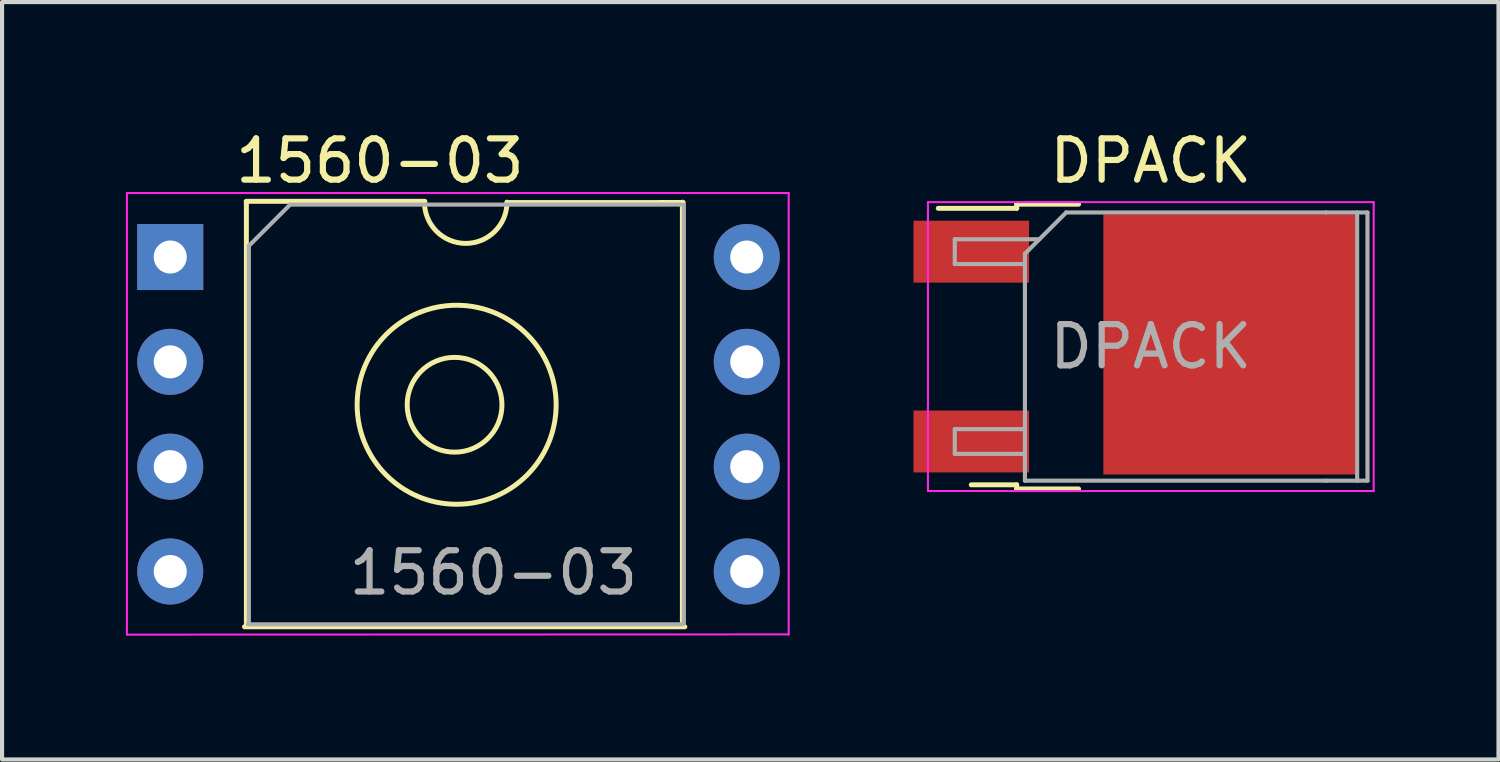
<source format=kicad_pcb>
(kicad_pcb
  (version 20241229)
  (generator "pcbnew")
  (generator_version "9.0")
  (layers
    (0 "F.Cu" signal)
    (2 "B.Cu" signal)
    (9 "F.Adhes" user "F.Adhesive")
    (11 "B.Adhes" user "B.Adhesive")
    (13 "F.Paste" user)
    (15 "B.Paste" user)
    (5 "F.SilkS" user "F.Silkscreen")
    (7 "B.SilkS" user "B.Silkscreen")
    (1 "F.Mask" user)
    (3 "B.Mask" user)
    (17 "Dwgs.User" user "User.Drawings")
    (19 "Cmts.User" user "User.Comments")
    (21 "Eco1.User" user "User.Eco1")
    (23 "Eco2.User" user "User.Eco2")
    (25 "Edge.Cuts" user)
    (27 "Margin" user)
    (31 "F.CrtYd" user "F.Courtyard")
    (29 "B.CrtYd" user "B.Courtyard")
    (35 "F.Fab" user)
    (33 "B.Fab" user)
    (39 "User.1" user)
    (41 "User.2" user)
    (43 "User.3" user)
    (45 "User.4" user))
  (footprint "DPACK"
    (layer "F.Cu")
    (at 24.836 5.348)
    (property "Reference" "DPACK" (at 0 -4.5 0) (layer "F.SilkS") (effects (font (size 1 1) (thickness 0.15))))
    (attr smd)
    (fp_line (start -3.25 -3.45) (end -3.25 -3.35) (stroke (width 0.12) (type solid)) (layer "F.SilkS"))
    (fp_line (start -3.25 -3.35) (end -5.15 -3.35) (stroke (width 0.12) (type solid)) (layer "F.SilkS"))
    (fp_line (start -3.25 3.35) (end -4.35 3.35) (stroke (width 0.12) (type solid)) (layer "F.SilkS"))
    (fp_line (start -3.25 3.45) (end -3.25 3.35) (stroke (width 0.12) (type solid)) (layer "F.SilkS"))
    (fp_line (start -1.75 -3.45) (end -3.25 -3.45) (stroke (width 0.12) (type solid)) (layer "F.SilkS"))
    (fp_line (start -1.75 3.45) (end -3.25 3.45) (stroke (width 0.12) (type solid)) (layer "F.SilkS"))
    (fp_line (start -5.4 -3.5) (end -5.4 3.5) (stroke (width 0.05) (type solid)) (layer "F.CrtYd"))
    (fp_line (start -5.4 3.5) (end 5.4 3.5) (stroke (width 0.05) (type solid)) (layer "F.CrtYd"))
    (fp_line (start 5.4 -3.5) (end -5.4 -3.5) (stroke (width 0.05) (type solid)) (layer "F.CrtYd"))
    (fp_line (start 5.4 3.5) (end 5.4 -3.5) (stroke (width 0.05) (type solid)) (layer "F.CrtYd"))
    (fp_line (start -4.75 -2.6) (end -4.75 -2) (stroke (width 0.1) (type solid)) (layer "F.Fab"))
    (fp_line (start -4.75 -2) (end -3.05 -2) (stroke (width 0.1) (type solid)) (layer "F.Fab"))
    (fp_line (start -4.75 2) (end -4.75 2.6) (stroke (width 0.1) (type solid)) (layer "F.Fab"))
    (fp_line (start -4.75 2.6) (end -3.05 2.6) (stroke (width 0.1) (type solid)) (layer "F.Fab"))
    (fp_line (start -3.05 -2.25) (end -2.05 -3.25) (stroke (width 0.1) (type solid)) (layer "F.Fab"))
    (fp_line (start -3.05 2) (end -4.75 2) (stroke (width 0.1) (type solid)) (layer "F.Fab"))
    (fp_line (start -3.05 3.25) (end -3.05 -2.25) (stroke (width 0.1) (type solid)) (layer "F.Fab"))
    (fp_line (start -2.7 -2.6) (end -4.75 -2.6) (stroke (width 0.1) (type solid)) (layer "F.Fab"))
    (fp_line (start -2.05 -3.25) (end 4.25 -3.25) (stroke (width 0.1) (type solid)) (layer "F.Fab"))
    (fp_line (start 4.25 -3.25) (end 5.25 -3.25) (stroke (width 0.1) (type solid)) (layer "F.Fab"))
    (fp_line (start 4.25 3.25) (end -3.05 3.25) (stroke (width 0.1) (type solid)) (layer "F.Fab"))
    (fp_line (start 5 -3.25) (end 5 3.25) (stroke (width 0.1) (type solid)) (layer "F.Fab"))
    (fp_line (start 5.25 -3.25) (end 5.25 3.25) (stroke (width 0.1) (type solid)) (layer "F.Fab"))
    (fp_line (start 5.25 3.25) (end 4.25 3.25) (stroke (width 0.1) (type solid)) (layer "F.Fab"))
    (fp_text user "${REFERENCE}" (at 0 0 0) (layer "F.Fab") (effects (font (size 1 1) (thickness 0.15))))
    (pad "1" smd rect (at -4.35 -2.3) (size 2.8 1.5) (layers "F.Cu" "F.Mask" "F.Paste"))
    (pad "2" smd rect (at 1.9 -0.05) (size 6.1 6.3) (layers "F.Cu" "F.Mask"))
    (pad "3" smd rect (at -4.35 2.3) (size 2.8 1.5) (layers "F.Cu" "F.Mask" "F.Paste")))
  (footprint "1560-03"
    (layer "F.Cu")
    (at 1.075 3.178)
    (property "Reference" "1560-03" (at 5.08 -2.33 0) (layer "F.SilkS") (effects (font (size 1 1) (thickness 0.15))))
    (attr through_hole)
    (fp_line (start 1.8 8.96) (end 12.47 8.96) (stroke (width 0.12) (type solid)) (layer "F.SilkS"))
    (fp_line (start 1.845 -1.33) (end 1.845 8.95) (stroke (width 0.12) (type solid)) (layer "F.SilkS"))
    (fp_line (start 6.17 -1.35) (end 1.84 -1.35) (stroke (width 0.12) (type solid)) (layer "F.SilkS"))
    (fp_line (start 12.41 8.95) (end 12.41 -1.33) (stroke (width 0.12) (type solid)) (layer "F.SilkS"))
    (fp_line (start 12.43 -1.321) (end 8.16 -1.32) (stroke (width 0.12) (type solid)) (layer "F.SilkS"))
    (fp_arc (start 8.16 -1.33) (mid 7.16 -0.33) (end 6.16 -1.33) (stroke (width 0.12) (type solid)) (layer "F.SilkS"))
    (fp_circle (center 6.89 3.58) (end 7.97 3.19) (stroke (width 0.12) (type solid)) (fill no) (layer "F.SilkS"))
    (fp_circle (center 6.94 3.58) (end 9.29 3.04) (stroke (width 0.12) (type solid)) (fill no) (layer "F.SilkS"))
    (fp_line (start -1.05 -1.55) (end -1.05 9.15) (stroke (width 0.05) (type solid)) (layer "F.CrtYd"))
    (fp_line (start -1.05 9.15) (end 14.986 9.144) (stroke (width 0.05) (type solid)) (layer "F.CrtYd"))
    (fp_line (start 14.986 -1.55) (end -1.05 -1.55) (stroke (width 0.05) (type solid)) (layer "F.CrtYd"))
    (fp_line (start 14.986 9.15) (end 14.986 -1.55) (stroke (width 0.05) (type solid)) (layer "F.CrtYd"))
    (fp_line (start 1.905 -0.27) (end 2.905 -1.27) (stroke (width 0.1) (type solid)) (layer "F.Fab"))
    (fp_line (start 1.905 8.89) (end 1.905 -0.27) (stroke (width 0.1) (type solid)) (layer "F.Fab"))
    (fp_line (start 2.905 -1.27) (end 12.37 -1.27) (stroke (width 0.1) (type solid)) (layer "F.Fab"))
    (fp_line (start 12.38 8.9) (end 1.88 8.9) (stroke (width 0.1) (type solid)) (layer "F.Fab"))
    (fp_line (start 12.446 -1.27) (end 12.446 8.89) (stroke (width 0.1) (type solid)) (layer "F.Fab"))
    (fp_text user "${REFERENCE}" (at 7.83 7.65 0) (layer "F.Fab") (effects (font (size 1 1) (thickness 0.15))))
    (pad "1" thru_hole rect (at 0 0) (size 1.6 1.6) (drill 0.8) (layers "*.Cu" "*.Mask"))
    (pad "2" thru_hole oval (at 0 2.54) (size 1.6 1.6) (drill 0.8) (layers "*.Cu" "*.Mask"))
    (pad "3" thru_hole oval (at 0 5.08) (size 1.6 1.6) (drill 0.8) (layers "*.Cu" "*.Mask"))
    (pad "4" thru_hole oval (at 0 7.62) (size 1.6 1.6) (drill 0.8) (layers "*.Cu" "*.Mask"))
    (pad "5" thru_hole oval (at 13.97 7.62) (size 1.6 1.6) (drill 0.8) (layers "*.Cu" "*.Mask"))
    (pad "6" thru_hole oval (at 13.97 5.08) (size 1.6 1.6) (drill 0.8) (layers "*.Cu" "*.Mask"))
    (pad "7" thru_hole oval (at 13.97 2.54) (size 1.6 1.6) (drill 0.8) (layers "*.Cu" "*.Mask"))
    (pad "8" thru_hole oval (at 13.97 0) (size 1.6 1.6) (drill 0.8) (layers "*.Cu" "*.Mask")))
  (gr_rect
    (start -3 -3)
    (end 33.261 15.353)
    (stroke (width 0.1) (type default))
    (fill no)
    (layer "Edge.Cuts")))
</source>
